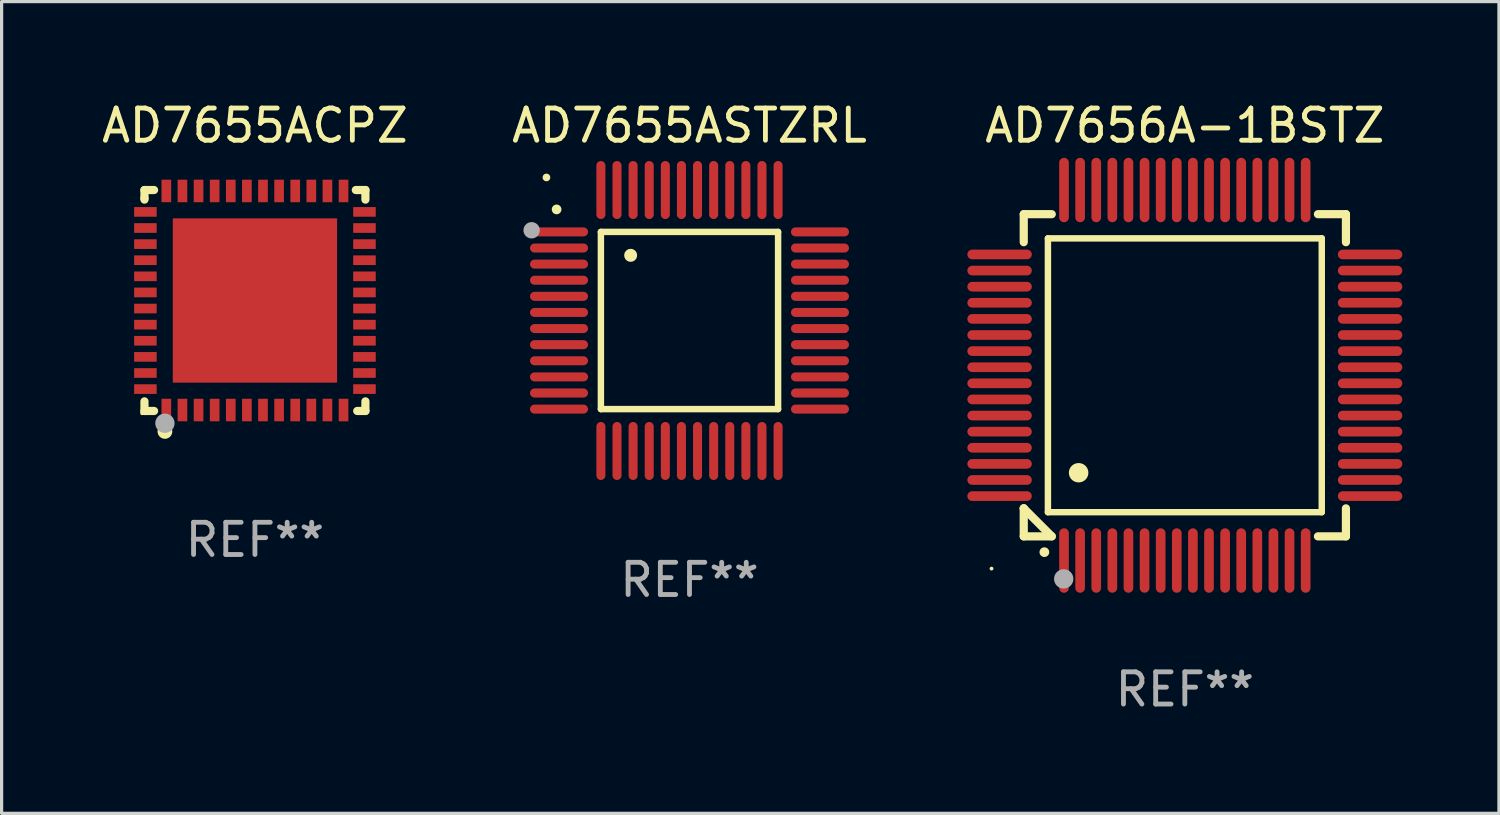
<source format=kicad_pcb>
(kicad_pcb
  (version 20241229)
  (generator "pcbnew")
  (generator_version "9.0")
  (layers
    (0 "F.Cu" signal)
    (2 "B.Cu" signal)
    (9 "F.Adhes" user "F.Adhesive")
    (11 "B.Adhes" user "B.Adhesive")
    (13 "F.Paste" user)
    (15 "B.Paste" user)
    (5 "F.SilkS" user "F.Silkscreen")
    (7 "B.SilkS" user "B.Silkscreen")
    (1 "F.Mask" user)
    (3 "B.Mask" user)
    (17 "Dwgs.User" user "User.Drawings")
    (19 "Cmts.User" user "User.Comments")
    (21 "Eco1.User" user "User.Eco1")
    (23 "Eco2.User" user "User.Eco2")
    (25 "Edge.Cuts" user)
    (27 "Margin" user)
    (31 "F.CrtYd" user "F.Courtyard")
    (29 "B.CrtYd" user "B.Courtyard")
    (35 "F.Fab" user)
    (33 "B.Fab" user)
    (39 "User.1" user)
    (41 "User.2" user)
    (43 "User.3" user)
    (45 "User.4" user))
  (footprint "AD7655ACPZ"
    (layer "F.Cu")
    (at 4.863 6.277)
    (property "Reference" "AD7655ACPZ" (at 0 -5.429 0) (layer "F.SilkS") (effects (font (size 1 1) (thickness 0.15))))
    (attr through_hole)
    (fp_line (start -3.429 -3.429) (end -3.429 -3.175) (stroke (width 0.254) (type solid)) (layer "F.SilkS"))
    (fp_line (start -3.429 -3.175) (end -3.429 -3.131) (stroke (width 0.254) (type solid)) (layer "F.SilkS"))
    (fp_line (start -3.429 3.131) (end -3.429 3.429) (stroke (width 0.254) (type solid)) (layer "F.SilkS"))
    (fp_line (start -3.429 3.429) (end -3.131 3.429) (stroke (width 0.254) (type solid)) (layer "F.SilkS"))
    (fp_line (start -3.131 -3.429) (end -3.429 -3.429) (stroke (width 0.254) (type solid)) (layer "F.SilkS"))
    (fp_line (start 3.131 -3.429) (end 3.429 -3.429) (stroke (width 0.254) (type solid)) (layer "F.SilkS"))
    (fp_line (start 3.429 -3.429) (end 3.429 -3.131) (stroke (width 0.254) (type solid)) (layer "F.SilkS"))
    (fp_line (start 3.429 3.131) (end 3.429 3.429) (stroke (width 0.254) (type solid)) (layer "F.SilkS"))
    (fp_line (start 3.429 3.429) (end 3.175 3.429) (stroke (width 0.254) (type solid)) (layer "F.SilkS"))
    (fp_circle (center -3.5 3.5) (end -3.47 3.5) (stroke (width 0.06) (type solid)) (fill no) (layer "F.SilkS"))
    (fp_circle (center -2.794 4.064) (end -2.667 4.064) (stroke (width 0.204) (type solid)) (fill no) (layer "F.SilkS"))
    (fp_circle (center -2.794 3.81) (end -2.644 3.81) (stroke (width 0.3) (type solid)) (fill no) (layer "F.Fab"))
    (fp_text user "REF**" (at 0 7.429 0) (layer "F.Fab") (effects (font (size 1 1) (thickness 0.15))))
    (pad "1" smd rect (at -2.75 3.4) (size 0.3 0.7) (layers "F.Cu" "F.Mask" "F.Paste"))
    (pad "2" smd rect (at -2.25 3.4) (size 0.3 0.7) (layers "F.Cu" "F.Mask" "F.Paste"))
    (pad "3" smd rect (at -1.75 3.4) (size 0.3 0.7) (layers "F.Cu" "F.Mask" "F.Paste"))
    (pad "4" smd rect (at -1.25 3.4) (size 0.3 0.7) (layers "F.Cu" "F.Mask" "F.Paste"))
    (pad "5" smd rect (at -0.75 3.4) (size 0.3 0.7) (layers "F.Cu" "F.Mask" "F.Paste"))
    (pad "6" smd rect (at -0.25 3.4) (size 0.3 0.7) (layers "F.Cu" "F.Mask" "F.Paste"))
    (pad "7" smd rect (at 0.25 3.4) (size 0.3 0.7) (layers "F.Cu" "F.Mask" "F.Paste"))
    (pad "8" smd rect (at 0.75 3.4) (size 0.3 0.7) (layers "F.Cu" "F.Mask" "F.Paste"))
    (pad "9" smd rect (at 1.25 3.4) (size 0.3 0.7) (layers "F.Cu" "F.Mask" "F.Paste"))
    (pad "10" smd rect (at 1.75 3.4) (size 0.3 0.7) (layers "F.Cu" "F.Mask" "F.Paste"))
    (pad "11" smd rect (at 2.25 3.4) (size 0.3 0.7) (layers "F.Cu" "F.Mask" "F.Paste"))
    (pad "12" smd rect (at 2.75 3.4) (size 0.3 0.7) (layers "F.Cu" "F.Mask" "F.Paste"))
    (pad "13" smd rect (at 3.4 2.75) (size 0.7 0.3) (layers "F.Cu" "F.Mask" "F.Paste"))
    (pad "14" smd rect (at 3.4 2.25) (size 0.7 0.3) (layers "F.Cu" "F.Mask" "F.Paste"))
    (pad "15" smd rect (at 3.4 1.75) (size 0.7 0.3) (layers "F.Cu" "F.Mask" "F.Paste"))
    (pad "16" smd rect (at 3.4 1.25) (size 0.7 0.3) (layers "F.Cu" "F.Mask" "F.Paste"))
    (pad "17" smd rect (at 3.4 0.75) (size 0.7 0.3) (layers "F.Cu" "F.Mask" "F.Paste"))
    (pad "18" smd rect (at 3.4 0.25) (size 0.7 0.3) (layers "F.Cu" "F.Mask" "F.Paste"))
    (pad "19" smd rect (at 3.4 -0.25) (size 0.7 0.3) (layers "F.Cu" "F.Mask" "F.Paste"))
    (pad "20" smd rect (at 3.4 -0.75) (size 0.7 0.3) (layers "F.Cu" "F.Mask" "F.Paste"))
    (pad "21" smd rect (at 3.4 -1.25) (size 0.7 0.3) (layers "F.Cu" "F.Mask" "F.Paste"))
    (pad "22" smd rect (at 3.4 -1.75) (size 0.7 0.3) (layers "F.Cu" "F.Mask" "F.Paste"))
    (pad "23" smd rect (at 3.4 -2.25) (size 0.7 0.3) (layers "F.Cu" "F.Mask" "F.Paste"))
    (pad "24" smd rect (at 3.4 -2.75) (size 0.7 0.3) (layers "F.Cu" "F.Mask" "F.Paste"))
    (pad "25" smd rect (at 2.75 -3.4) (size 0.3 0.7) (layers "F.Cu" "F.Mask" "F.Paste"))
    (pad "26" smd rect (at 2.25 -3.4) (size 0.3 0.7) (layers "F.Cu" "F.Mask" "F.Paste"))
    (pad "27" smd rect (at 1.75 -3.4) (size 0.3 0.7) (layers "F.Cu" "F.Mask" "F.Paste"))
    (pad "28" smd rect (at 1.25 -3.4) (size 0.3 0.7) (layers "F.Cu" "F.Mask" "F.Paste"))
    (pad "29" smd rect (at 0.75 -3.4) (size 0.3 0.7) (layers "F.Cu" "F.Mask" "F.Paste"))
    (pad "30" smd rect (at 0.25 -3.4) (size 0.3 0.7) (layers "F.Cu" "F.Mask" "F.Paste"))
    (pad "31" smd rect (at -0.25 -3.4) (size 0.3 0.7) (layers "F.Cu" "F.Mask" "F.Paste"))
    (pad "32" smd rect (at -0.75 -3.4) (size 0.3 0.7) (layers "F.Cu" "F.Mask" "F.Paste"))
    (pad "33" smd rect (at -1.25 -3.4) (size 0.3 0.7) (layers "F.Cu" "F.Mask" "F.Paste"))
    (pad "34" smd rect (at -1.75 -3.4) (size 0.3 0.7) (layers "F.Cu" "F.Mask" "F.Paste"))
    (pad "35" smd rect (at -2.25 -3.4) (size 0.3 0.7) (layers "F.Cu" "F.Mask" "F.Paste"))
    (pad "36" smd rect (at -2.75 -3.4) (size 0.3 0.7) (layers "F.Cu" "F.Mask" "F.Paste"))
    (pad "37" smd rect (at -3.4 -2.75) (size 0.7 0.3) (layers "F.Cu" "F.Mask" "F.Paste"))
    (pad "38" smd rect (at -3.4 -2.25) (size 0.7 0.3) (layers "F.Cu" "F.Mask" "F.Paste"))
    (pad "39" smd rect (at -3.4 -1.75) (size 0.7 0.3) (layers "F.Cu" "F.Mask" "F.Paste"))
    (pad "40" smd rect (at -3.4 -1.25) (size 0.7 0.3) (layers "F.Cu" "F.Mask" "F.Paste"))
    (pad "41" smd rect (at -3.4 -0.75) (size 0.7 0.3) (layers "F.Cu" "F.Mask" "F.Paste"))
    (pad "42" smd rect (at -3.4 -0.25) (size 0.7 0.3) (layers "F.Cu" "F.Mask" "F.Paste"))
    (pad "43" smd rect (at -3.4 0.25) (size 0.7 0.3) (layers "F.Cu" "F.Mask" "F.Paste"))
    (pad "44" smd rect (at -3.4 0.75) (size 0.7 0.3) (layers "F.Cu" "F.Mask" "F.Paste"))
    (pad "45" smd rect (at -3.4 1.25) (size 0.7 0.3) (layers "F.Cu" "F.Mask" "F.Paste"))
    (pad "46" smd rect (at -3.4 1.75) (size 0.7 0.3) (layers "F.Cu" "F.Mask" "F.Paste"))
    (pad "47" smd rect (at -3.4 2.25) (size 0.7 0.3) (layers "F.Cu" "F.Mask" "F.Paste"))
    (pad "48" smd rect (at -3.4 2.75) (size 0.7 0.3) (layers "F.Cu" "F.Mask" "F.Paste"))
    (pad "49" smd rect (at 0 0) (size 5.1 5.1) (layers "F.Cu" "F.Mask" "F.Paste")))
  (footprint "AD7655ASTZRL"
    (layer "F.Cu")
    (at 18.351 6.898)
    (property "Reference" "AD7655ASTZRL" (at 0 -6.05 0) (layer "F.SilkS") (effects (font (size 1 1) (thickness 0.15))))
    (attr through_hole)
    (fp_line (start -2.75 -2.75) (end 2.75 -2.75) (stroke (width 0.2) (type solid)) (layer "F.SilkS"))
    (fp_line (start -2.75 2.75) (end -2.75 -2.75) (stroke (width 0.2) (type solid)) (layer "F.SilkS"))
    (fp_line (start 2.75 -2.75) (end 2.75 2.75) (stroke (width 0.2) (type solid)) (layer "F.SilkS"))
    (fp_line (start 2.75 2.75) (end -2.75 2.75) (stroke (width 0.2) (type solid)) (layer "F.SilkS"))
    (fp_arc (start -4.124968 -3.446787) (mid -4.124973 -3.448057) (end -4.124968 -3.449327) (stroke (width 0.3) (type solid)) (layer "F.SilkS"))
    (fp_arc (start -1.826264 -2.021844) (mid -1.826268 -2.023114) (end -1.826264 -2.024384) (stroke (width 0.4) (type solid)) (layer "F.SilkS"))
    (fp_circle (center -4.44 -4.44) (end -4.38 -4.44) (stroke (width 0.12) (type solid)) (fill no) (layer "F.SilkS"))
    (fp_circle (center -4.9 -2.8) (end -4.773 -2.8) (stroke (width 0.254) (type solid)) (fill no) (layer "F.Fab"))
    (fp_text user "REF**" (at 0 8.05 0) (layer "F.Fab") (effects (font (size 1 1) (thickness 0.15))))
    (pad "1" smd oval (at -4.05 -2.75 90) (size 0.28 1.8) (layers "F.Cu" "F.Mask" "F.Paste"))
    (pad "2" smd oval (at -4.05 -2.25 90) (size 0.28 1.8) (layers "F.Cu" "F.Mask" "F.Paste"))
    (pad "3" smd oval (at -4.05 -1.75 90) (size 0.28 1.8) (layers "F.Cu" "F.Mask" "F.Paste"))
    (pad "4" smd oval (at -4.05 -1.25 90) (size 0.28 1.8) (layers "F.Cu" "F.Mask" "F.Paste"))
    (pad "5" smd oval (at -4.05 -0.75 90) (size 0.28 1.8) (layers "F.Cu" "F.Mask" "F.Paste"))
    (pad "6" smd oval (at -4.05 -0.25 90) (size 0.28 1.8) (layers "F.Cu" "F.Mask" "F.Paste"))
    (pad "7" smd oval (at -4.05 0.25 90) (size 0.28 1.8) (layers "F.Cu" "F.Mask" "F.Paste"))
    (pad "8" smd oval (at -4.05 0.75 90) (size 0.28 1.8) (layers "F.Cu" "F.Mask" "F.Paste"))
    (pad "9" smd oval (at -4.05 1.25 90) (size 0.28 1.8) (layers "F.Cu" "F.Mask" "F.Paste"))
    (pad "10" smd oval (at -4.05 1.75 90) (size 0.28 1.8) (layers "F.Cu" "F.Mask" "F.Paste"))
    (pad "11" smd oval (at -4.05 2.25 90) (size 0.28 1.8) (layers "F.Cu" "F.Mask" "F.Paste"))
    (pad "12" smd oval (at -4.05 2.75 90) (size 0.28 1.8) (layers "F.Cu" "F.Mask" "F.Paste"))
    (pad "13" smd oval (at -2.75 4.05) (size 0.28 1.8) (layers "F.Cu" "F.Mask" "F.Paste"))
    (pad "14" smd oval (at -2.25 4.05) (size 0.28 1.8) (layers "F.Cu" "F.Mask" "F.Paste"))
    (pad "15" smd oval (at -1.75 4.05) (size 0.28 1.8) (layers "F.Cu" "F.Mask" "F.Paste"))
    (pad "16" smd oval (at -1.25 4.05) (size 0.28 1.8) (layers "F.Cu" "F.Mask" "F.Paste"))
    (pad "17" smd oval (at -0.75 4.05) (size 0.28 1.8) (layers "F.Cu" "F.Mask" "F.Paste"))
    (pad "18" smd oval (at -0.25 4.05) (size 0.28 1.8) (layers "F.Cu" "F.Mask" "F.Paste"))
    (pad "19" smd oval (at 0.25 4.05) (size 0.28 1.8) (layers "F.Cu" "F.Mask" "F.Paste"))
    (pad "20" smd oval (at 0.75 4.05) (size 0.28 1.8) (layers "F.Cu" "F.Mask" "F.Paste"))
    (pad "21" smd oval (at 1.25 4.05) (size 0.28 1.8) (layers "F.Cu" "F.Mask" "F.Paste"))
    (pad "22" smd oval (at 1.75 4.05) (size 0.28 1.8) (layers "F.Cu" "F.Mask" "F.Paste"))
    (pad "23" smd oval (at 2.25 4.05) (size 0.28 1.8) (layers "F.Cu" "F.Mask" "F.Paste"))
    (pad "24" smd oval (at 2.75 4.05) (size 0.28 1.8) (layers "F.Cu" "F.Mask" "F.Paste"))
    (pad "25" smd oval (at 4.05 2.75 90) (size 0.28 1.8) (layers "F.Cu" "F.Mask" "F.Paste"))
    (pad "26" smd oval (at 4.05 2.25 90) (size 0.28 1.8) (layers "F.Cu" "F.Mask" "F.Paste"))
    (pad "27" smd oval (at 4.05 1.75 90) (size 0.28 1.8) (layers "F.Cu" "F.Mask" "F.Paste"))
    (pad "28" smd oval (at 4.05 1.25 90) (size 0.28 1.8) (layers "F.Cu" "F.Mask" "F.Paste"))
    (pad "29" smd oval (at 4.05 0.75 90) (size 0.28 1.8) (layers "F.Cu" "F.Mask" "F.Paste"))
    (pad "30" smd oval (at 4.05 0.25 90) (size 0.28 1.8) (layers "F.Cu" "F.Mask" "F.Paste"))
    (pad "31" smd oval (at 4.05 -0.25 90) (size 0.28 1.8) (layers "F.Cu" "F.Mask" "F.Paste"))
    (pad "32" smd oval (at 4.05 -0.75 90) (size 0.28 1.8) (layers "F.Cu" "F.Mask" "F.Paste"))
    (pad "33" smd oval (at 4.05 -1.25 90) (size 0.28 1.8) (layers "F.Cu" "F.Mask" "F.Paste"))
    (pad "34" smd oval (at 4.05 -1.75 90) (size 0.28 1.8) (layers "F.Cu" "F.Mask" "F.Paste"))
    (pad "35" smd oval (at 4.05 -2.25 90) (size 0.28 1.8) (layers "F.Cu" "F.Mask" "F.Paste"))
    (pad "36" smd oval (at 4.05 -2.75 90) (size 0.28 1.8) (layers "F.Cu" "F.Mask" "F.Paste"))
    (pad "37" smd oval (at 2.75 -4.05) (size 0.28 1.8) (layers "F.Cu" "F.Mask" "F.Paste"))
    (pad "38" smd oval (at 2.25 -4.05) (size 0.28 1.8) (layers "F.Cu" "F.Mask" "F.Paste"))
    (pad "39" smd oval (at 1.75 -4.05) (size 0.28 1.8) (layers "F.Cu" "F.Mask" "F.Paste"))
    (pad "40" smd oval (at 1.25 -4.05) (size 0.28 1.8) (layers "F.Cu" "F.Mask" "F.Paste"))
    (pad "41" smd oval (at 0.75 -4.05) (size 0.28 1.8) (layers "F.Cu" "F.Mask" "F.Paste"))
    (pad "42" smd oval (at 0.25 -4.05) (size 0.28 1.8) (layers "F.Cu" "F.Mask" "F.Paste"))
    (pad "43" smd oval (at -0.25 -4.05) (size 0.28 1.8) (layers "F.Cu" "F.Mask" "F.Paste"))
    (pad "44" smd oval (at -0.75 -4.05) (size 0.28 1.8) (layers "F.Cu" "F.Mask" "F.Paste"))
    (pad "45" smd oval (at -1.25 -4.05) (size 0.28 1.8) (layers "F.Cu" "F.Mask" "F.Paste"))
    (pad "46" smd oval (at -1.75 -4.05) (size 0.28 1.8) (layers "F.Cu" "F.Mask" "F.Paste"))
    (pad "47" smd oval (at -2.25 -4.05) (size 0.28 1.8) (layers "F.Cu" "F.Mask" "F.Paste"))
    (pad "48" smd oval (at -2.75 -4.05) (size 0.28 1.8) (layers "F.Cu" "F.Mask" "F.Paste")))
  (footprint "AD7656A-1BSTZ"
    (layer "F.Cu")
    (at 33.726 8.598)
    (property "Reference" "AD7656A-1BSTZ" (at 0 -7.75 0) (layer "F.SilkS") (effects (font (size 1 1) (thickness 0.15))))
    (attr through_hole)
    (fp_line (start -5 -5) (end -4.131 -5) (stroke (width 0.254) (type solid)) (layer "F.SilkS"))
    (fp_line (start -5 -4.131) (end -5 -5) (stroke (width 0.254) (type solid)) (layer "F.SilkS"))
    (fp_line (start -5 4.131) (end -5 4.131) (stroke (width 0.254) (type solid)) (layer "F.SilkS"))
    (fp_line (start -5 5) (end -5 4.131) (stroke (width 0.254) (type solid)) (layer "F.SilkS"))
    (fp_line (start -5 4.131) (end -4.131 5) (stroke (width 0.254) (type solid)) (layer "F.SilkS"))
    (fp_line (start -4.25 -4.25) (end -4.25 4.25) (stroke (width 0.2) (type solid)) (layer "F.SilkS"))
    (fp_line (start -4.25 4.25) (end 4.25 4.25) (stroke (width 0.2) (type solid)) (layer "F.SilkS"))
    (fp_line (start -4.131 5) (end -5 5) (stroke (width 0.254) (type solid)) (layer "F.SilkS"))
    (fp_line (start 4.25 -4.25) (end -4.25 -4.25) (stroke (width 0.2) (type solid)) (layer "F.SilkS"))
    (fp_line (start 4.25 4.25) (end 4.25 -4.25) (stroke (width 0.2) (type solid)) (layer "F.SilkS"))
    (fp_line (start 5 -5) (end 4.131 -5) (stroke (width 0.254) (type solid)) (layer "F.SilkS"))
    (fp_line (start 5 -5) (end 5 -4.131) (stroke (width 0.254) (type solid)) (layer "F.SilkS"))
    (fp_line (start 5 4.131) (end 5 5) (stroke (width 0.254) (type solid)) (layer "F.SilkS"))
    (fp_line (start 5 5) (end 4.131 5) (stroke (width 0.254) (type solid)) (layer "F.SilkS"))
    (fp_arc (start -4.361265 5.489992) (mid -4.359995 5.489987) (end -4.358725 5.489992) (stroke (width 0.3) (type solid)) (layer "F.SilkS"))
    (fp_arc (start -3.299467 3.025146) (mid -3.296927 3.025135) (end -3.294387 3.025146) (stroke (width 0.6) (type solid)) (layer "F.SilkS"))
    (fp_circle (center -6 6) (end -5.97 6) (stroke (width 0.06) (type solid)) (fill no) (layer "F.SilkS"))
    (fp_circle (center -3.76 6.32) (end -3.61 6.32) (stroke (width 0.3) (type solid)) (fill no) (layer "F.Fab"))
    (fp_text user "REF**" (at 0 9.75 0) (layer "F.Fab") (effects (font (size 1 1) (thickness 0.15))))
    (pad "1" smd oval (at -3.75 5.75) (size 0.3 2) (layers "F.Cu" "F.Mask" "F.Paste"))
    (pad "2" smd oval (at -3.25 5.75) (size 0.3 2) (layers "F.Cu" "F.Mask" "F.Paste"))
    (pad "3" smd oval (at -2.75 5.75) (size 0.3 2) (layers "F.Cu" "F.Mask" "F.Paste"))
    (pad "4" smd oval (at -2.25 5.75) (size 0.3 2) (layers "F.Cu" "F.Mask" "F.Paste"))
    (pad "5" smd oval (at -1.75 5.75) (size 0.3 2) (layers "F.Cu" "F.Mask" "F.Paste"))
    (pad "6" smd oval (at -1.25 5.75) (size 0.3 2) (layers "F.Cu" "F.Mask" "F.Paste"))
    (pad "7" smd oval (at -0.75 5.75) (size 0.3 2) (layers "F.Cu" "F.Mask" "F.Paste"))
    (pad "8" smd oval (at -0.25 5.75) (size 0.3 2) (layers "F.Cu" "F.Mask" "F.Paste"))
    (pad "9" smd oval (at 0.25 5.75) (size 0.3 2) (layers "F.Cu" "F.Mask" "F.Paste"))
    (pad "10" smd oval (at 0.75 5.75) (size 0.3 2) (layers "F.Cu" "F.Mask" "F.Paste"))
    (pad "11" smd oval (at 1.25 5.75) (size 0.3 2) (layers "F.Cu" "F.Mask" "F.Paste"))
    (pad "12" smd oval (at 1.75 5.75) (size 0.3 2) (layers "F.Cu" "F.Mask" "F.Paste"))
    (pad "13" smd oval (at 2.25 5.75) (size 0.3 2) (layers "F.Cu" "F.Mask" "F.Paste"))
    (pad "14" smd oval (at 2.75 5.75) (size 0.3 2) (layers "F.Cu" "F.Mask" "F.Paste"))
    (pad "15" smd oval (at 3.25 5.75) (size 0.3 2) (layers "F.Cu" "F.Mask" "F.Paste"))
    (pad "16" smd oval (at 3.75 5.75) (size 0.3 2) (layers "F.Cu" "F.Mask" "F.Paste"))
    (pad "17" smd oval (at 5.75 3.75) (size 2 0.3) (layers "F.Cu" "F.Mask" "F.Paste"))
    (pad "18" smd oval (at 5.75 3.25) (size 2 0.3) (layers "F.Cu" "F.Mask" "F.Paste"))
    (pad "19" smd oval (at 5.75 2.75) (size 2 0.3) (layers "F.Cu" "F.Mask" "F.Paste"))
    (pad "20" smd oval (at 5.75 2.25) (size 2 0.3) (layers "F.Cu" "F.Mask" "F.Paste"))
    (pad "21" smd oval (at 5.75 1.75) (size 2 0.3) (layers "F.Cu" "F.Mask" "F.Paste"))
    (pad "22" smd oval (at 5.75 1.25) (size 2 0.3) (layers "F.Cu" "F.Mask" "F.Paste"))
    (pad "23" smd oval (at 5.75 0.75) (size 2 0.3) (layers "F.Cu" "F.Mask" "F.Paste"))
    (pad "24" smd oval (at 5.75 0.25) (size 2 0.3) (layers "F.Cu" "F.Mask" "F.Paste"))
    (pad "25" smd oval (at 5.75 -0.25) (size 2 0.3) (layers "F.Cu" "F.Mask" "F.Paste"))
    (pad "26" smd oval (at 5.75 -0.75) (size 2 0.3) (layers "F.Cu" "F.Mask" "F.Paste"))
    (pad "27" smd oval (at 5.75 -1.25) (size 2 0.3) (layers "F.Cu" "F.Mask" "F.Paste"))
    (pad "28" smd oval (at 5.75 -1.75) (size 2 0.3) (layers "F.Cu" "F.Mask" "F.Paste"))
    (pad "29" smd oval (at 5.75 -2.25) (size 2 0.3) (layers "F.Cu" "F.Mask" "F.Paste"))
    (pad "30" smd oval (at 5.75 -2.75) (size 2 0.3) (layers "F.Cu" "F.Mask" "F.Paste"))
    (pad "31" smd oval (at 5.75 -3.25) (size 2 0.3) (layers "F.Cu" "F.Mask" "F.Paste"))
    (pad "32" smd oval (at 5.75 -3.75) (size 2 0.3) (layers "F.Cu" "F.Mask" "F.Paste"))
    (pad "33" smd oval (at 3.75 -5.75) (size 0.3 2) (layers "F.Cu" "F.Mask" "F.Paste"))
    (pad "34" smd oval (at 3.25 -5.75) (size 0.3 2) (layers "F.Cu" "F.Mask" "F.Paste"))
    (pad "35" smd oval (at 2.75 -5.75) (size 0.3 2) (layers "F.Cu" "F.Mask" "F.Paste"))
    (pad "36" smd oval (at 2.25 -5.75) (size 0.3 2) (layers "F.Cu" "F.Mask" "F.Paste"))
    (pad "37" smd oval (at 1.75 -5.75) (size 0.3 2) (layers "F.Cu" "F.Mask" "F.Paste"))
    (pad "38" smd oval (at 1.25 -5.75) (size 0.3 2) (layers "F.Cu" "F.Mask" "F.Paste"))
    (pad "39" smd oval (at 0.75 -5.75) (size 0.3 2) (layers "F.Cu" "F.Mask" "F.Paste"))
    (pad "40" smd oval (at 0.25 -5.75) (size 0.3 2) (layers "F.Cu" "F.Mask" "F.Paste"))
    (pad "41" smd oval (at -0.25 -5.75) (size 0.3 2) (layers "F.Cu" "F.Mask" "F.Paste"))
    (pad "42" smd oval (at -0.75 -5.75) (size 0.3 2) (layers "F.Cu" "F.Mask" "F.Paste"))
    (pad "43" smd oval (at -1.25 -5.75) (size 0.3 2) (layers "F.Cu" "F.Mask" "F.Paste"))
    (pad "44" smd oval (at -1.75 -5.75) (size 0.3 2) (layers "F.Cu" "F.Mask" "F.Paste"))
    (pad "45" smd oval (at -2.25 -5.75) (size 0.3 2) (layers "F.Cu" "F.Mask" "F.Paste"))
    (pad "46" smd oval (at -2.75 -5.75) (size 0.3 2) (layers "F.Cu" "F.Mask" "F.Paste"))
    (pad "47" smd oval (at -3.25 -5.75) (size 0.3 2) (layers "F.Cu" "F.Mask" "F.Paste"))
    (pad "48" smd oval (at -3.75 -5.75) (size 0.3 2) (layers "F.Cu" "F.Mask" "F.Paste"))
    (pad "49" smd oval (at -5.75 -3.75) (size 2 0.3) (layers "F.Cu" "F.Mask" "F.Paste"))
    (pad "50" smd oval (at -5.75 -3.25) (size 2 0.3) (layers "F.Cu" "F.Mask" "F.Paste"))
    (pad "51" smd oval (at -5.75 -2.75) (size 2 0.3) (layers "F.Cu" "F.Mask" "F.Paste"))
    (pad "52" smd oval (at -5.75 -2.25) (size 2 0.3) (layers "F.Cu" "F.Mask" "F.Paste"))
    (pad "53" smd oval (at -5.75 -1.75) (size 2 0.3) (layers "F.Cu" "F.Mask" "F.Paste"))
    (pad "54" smd oval (at -5.75 -1.25) (size 2 0.3) (layers "F.Cu" "F.Mask" "F.Paste"))
    (pad "55" smd oval (at -5.75 -0.75) (size 2 0.3) (layers "F.Cu" "F.Mask" "F.Paste"))
    (pad "56" smd oval (at -5.75 -0.25) (size 2 0.3) (layers "F.Cu" "F.Mask" "F.Paste"))
    (pad "57" smd oval (at -5.75 0.25) (size 2 0.3) (layers "F.Cu" "F.Mask" "F.Paste"))
    (pad "58" smd oval (at -5.75 0.75) (size 2 0.3) (layers "F.Cu" "F.Mask" "F.Paste"))
    (pad "59" smd oval (at -5.75 1.25) (size 2 0.3) (layers "F.Cu" "F.Mask" "F.Paste"))
    (pad "60" smd oval (at -5.75 1.75) (size 2 0.3) (layers "F.Cu" "F.Mask" "F.Paste"))
    (pad "61" smd oval (at -5.75 2.25) (size 2 0.3) (layers "F.Cu" "F.Mask" "F.Paste"))
    (pad "62" smd oval (at -5.75 2.75) (size 2 0.3) (layers "F.Cu" "F.Mask" "F.Paste"))
    (pad "63" smd oval (at -5.75 3.25) (size 2 0.3) (layers "F.Cu" "F.Mask" "F.Paste"))
    (pad "64" smd oval (at -5.75 3.75) (size 2 0.3) (layers "F.Cu" "F.Mask" "F.Paste")))
  (gr_rect
    (start -3 -3)
    (end 43.476 22.196)
    (stroke (width 0.1) (type default))
    (fill no)
    (layer "Edge.Cuts")))
</source>
